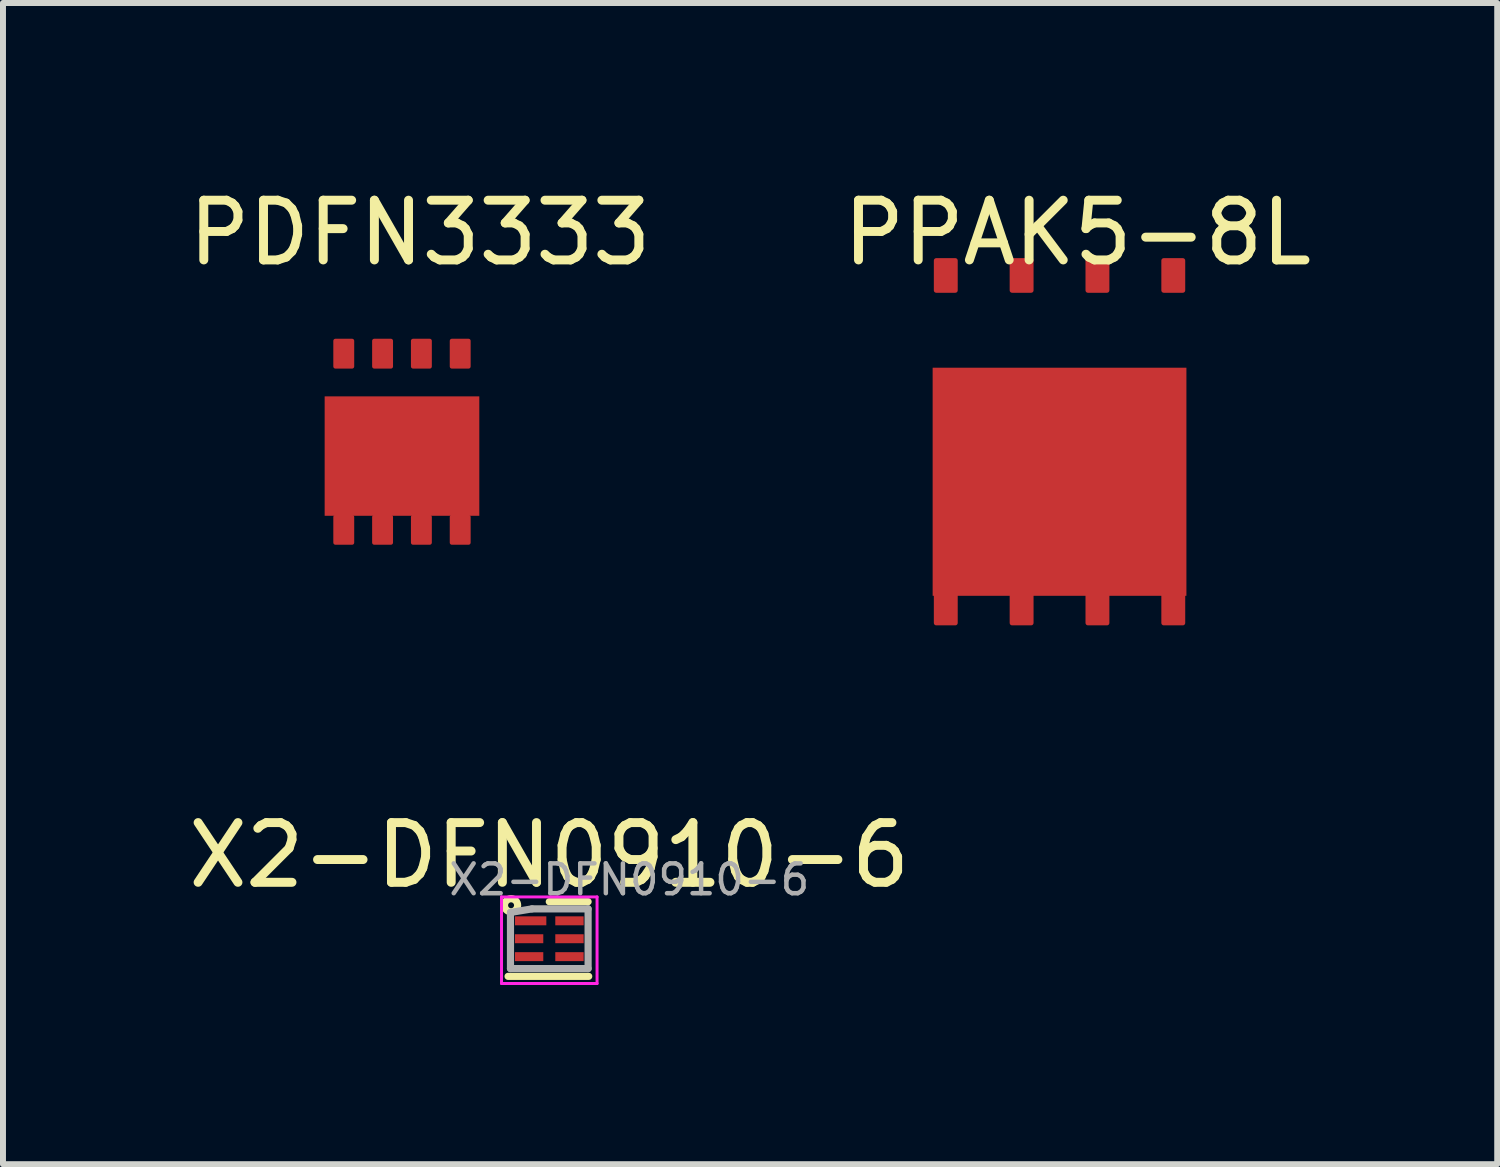
<source format=kicad_pcb>
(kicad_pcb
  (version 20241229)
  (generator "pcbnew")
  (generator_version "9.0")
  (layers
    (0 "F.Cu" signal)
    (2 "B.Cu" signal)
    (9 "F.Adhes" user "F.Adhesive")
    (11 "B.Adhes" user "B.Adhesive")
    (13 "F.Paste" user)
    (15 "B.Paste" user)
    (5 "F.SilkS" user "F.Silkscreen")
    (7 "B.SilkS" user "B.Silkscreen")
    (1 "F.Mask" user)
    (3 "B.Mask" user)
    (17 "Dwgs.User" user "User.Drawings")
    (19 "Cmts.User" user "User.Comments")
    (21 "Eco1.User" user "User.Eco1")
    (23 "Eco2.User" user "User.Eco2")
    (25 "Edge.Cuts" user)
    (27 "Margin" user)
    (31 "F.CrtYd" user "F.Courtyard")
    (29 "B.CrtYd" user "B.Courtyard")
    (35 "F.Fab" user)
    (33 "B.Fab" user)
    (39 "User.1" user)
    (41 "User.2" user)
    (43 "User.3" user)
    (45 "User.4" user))
  (footprint "X2-DFN0910-6"
    (layer "F.Cu")
    (at 6.149 12.671)
    (property "Reference" "X2-DFN0910-6" (at 0 -1.4 0) (layer "F.SilkS") (effects (font (size 1 1) (thickness 0.15))))
    (attr smd)
    (fp_line (start -0.69 0.63) (end 0.66 0.63) (stroke (width 0.12) (type solid)) (layer "F.SilkS"))
    (fp_line (start 0 -0.62) (end 0.65 -0.62) (stroke (width 0.12) (type solid)) (layer "F.SilkS"))
    (fp_circle (center -0.64 -0.56) (end -0.69 -0.56) (stroke (width 0.12) (type solid)) (fill no) (layer "F.SilkS"))
    (fp_line (start -0.8 -0.7) (end -0.8 0.75) (stroke (width 0.05) (type solid)) (layer "F.CrtYd"))
    (fp_line (start -0.8 -0.7) (end 0.8 -0.7) (stroke (width 0.05) (type solid)) (layer "F.CrtYd"))
    (fp_line (start 0.8 0.75) (end -0.8 0.75) (stroke (width 0.05) (type solid)) (layer "F.CrtYd"))
    (fp_line (start 0.8 0.75) (end 0.8 -0.7) (stroke (width 0.05) (type solid)) (layer "F.CrtYd"))
    (fp_line (start -0.65 -0.44) (end -0.65 0.5) (stroke (width 0.12) (type solid)) (layer "F.Fab"))
    (fp_line (start -0.65 0.5) (end 0.65 0.5) (stroke (width 0.12) (type solid)) (layer "F.Fab"))
    (fp_line (start -0.29 -0.5) (end -0.65 -0.44) (stroke (width 0.12) (type solid)) (layer "F.Fab"))
    (fp_line (start 0.65 -0.5) (end -0.29 -0.5) (stroke (width 0.12) (type solid)) (layer "F.Fab"))
    (fp_line (start 0.65 0.5) (end 0.65 -0.5) (stroke (width 0.12) (type solid)) (layer "F.Fab"))
    (fp_text user "${REFERENCE}" (at 1.34 -0.99 0) (layer "F.Fab") (effects (font (size 0.5 0.5) (thickness 0.075))))
    (pad "1" smd rect (at -0.312 -0.3) (size 0.525 0.15) (layers "F.Cu" "F.Mask" "F.Paste"))
    (pad "2" smd rect (at -0.338 0) (size 0.475 0.15) (layers "F.Cu" "F.Mask" "F.Paste"))
    (pad "3" smd rect (at -0.338 0.3) (size 0.475 0.15) (layers "F.Cu" "F.Mask" "F.Paste"))
    (pad "4" smd rect (at 0.338 0.3) (size 0.475 0.15) (layers "F.Cu" "F.Mask" "F.Paste"))
    (pad "5" smd rect (at 0.338 0) (size 0.475 0.15) (layers "F.Cu" "F.Mask" "F.Paste"))
    (pad "6" smd rect (at 0.338 -0.3) (size 0.475 0.15) (layers "F.Cu" "F.Mask" "F.Paste")))
  (footprint "PPAK5-8L"
    (layer "F.Cu")
    (at 14.694 4.348)
    (property "Reference" "PPAK5-8L" (at 0.3 -3.5 0) (layer "F.SilkS") (effects (font (size 1 1) (thickness 0.15))))
    (attr through_hole)
    (pad "1" smd roundrect (at 1.905 -2.785) (size 0.4 0.58) (layers "F.Cu" "F.Mask" "F.Paste") (roundrect_rratio 0.1))
    (pad "2" smd roundrect (at 0.635 -2.785) (size 0.4 0.58) (layers "F.Cu" "F.Mask" "F.Paste") (roundrect_rratio 0.1))
    (pad "3" smd roundrect (at -0.635 -2.785) (size 0.4 0.58) (layers "F.Cu" "F.Mask" "F.Paste") (roundrect_rratio 0.1))
    (pad "4" smd roundrect (at -1.905 -2.785) (size 0.4 0.58) (layers "F.Cu" "F.Mask" "F.Paste") (roundrect_rratio 0.1))
    (pad "5" smd roundrect (at -1.905 2.785) (size 0.4 0.58) (layers "F.Cu" "F.Mask" "F.Paste") (roundrect_rratio 0.1))
    (pad "5" smd roundrect (at -0.635 2.785) (size 0.4 0.58) (layers "F.Cu" "F.Mask" "F.Paste") (roundrect_rratio 0.1))
    (pad "5" smd rect (at 0 0.67) (size 4.25 3.82) (layers "F.Cu" "F.Mask" "F.Paste"))
    (pad "5" smd roundrect (at 0.635 2.785) (size 0.4 0.58) (layers "F.Cu" "F.Mask" "F.Paste") (roundrect_rratio 0.1))
    (pad "5" smd roundrect (at 1.905 2.785) (size 0.4 0.58) (layers "F.Cu" "F.Mask" "F.Paste") (roundrect_rratio 0.1)))
  (footprint "PDFN3333"
    (layer "F.Cu")
    (at 3.682 4.348)
    (property "Reference" "PDFN3333" (at 0.3 -3.5 0) (layer "F.SilkS") (effects (font (size 1 1) (thickness 0.15))))
    (attr through_hole)
    (pad "1" smd roundrect (at 0.975 -1.475) (size 0.35 0.5) (layers "F.Cu" "F.Mask" "F.Paste") (roundrect_rratio 0.1))
    (pad "2" smd roundrect (at 0.325 -1.475) (size 0.35 0.5) (layers "F.Cu" "F.Mask" "F.Paste") (roundrect_rratio 0.1))
    (pad "3" smd roundrect (at -0.325 -1.475) (size 0.35 0.5) (layers "F.Cu" "F.Mask" "F.Paste") (roundrect_rratio 0.1))
    (pad "4" smd roundrect (at -0.975 -1.475) (size 0.35 0.5) (layers "F.Cu" "F.Mask" "F.Paste") (roundrect_rratio 0.1))
    (pad "5" smd roundrect (at -0.975 1.475) (size 0.35 0.5) (layers "F.Cu" "F.Mask" "F.Paste") (roundrect_rratio 0.1))
    (pad "5" smd roundrect (at -0.325 1.475) (size 0.35 0.5) (layers "F.Cu" "F.Mask" "F.Paste") (roundrect_rratio 0.1))
    (pad "5" smd rect (at 0 0.24) (size 2.59 2) (layers "F.Cu" "F.Mask" "F.Paste"))
    (pad "5" smd roundrect (at 0.325 1.475) (size 0.35 0.5) (layers "F.Cu" "F.Mask" "F.Paste") (roundrect_rratio 0.1))
    (pad "5" smd roundrect (at 0.975 1.475) (size 0.35 0.5) (layers "F.Cu" "F.Mask" "F.Paste") (roundrect_rratio 0.1)))
  (gr_rect
    (start -3 -3)
    (end 22.024 16.447)
    (stroke (width 0.1) (type default))
    (fill no)
    (layer "Edge.Cuts")))
</source>
